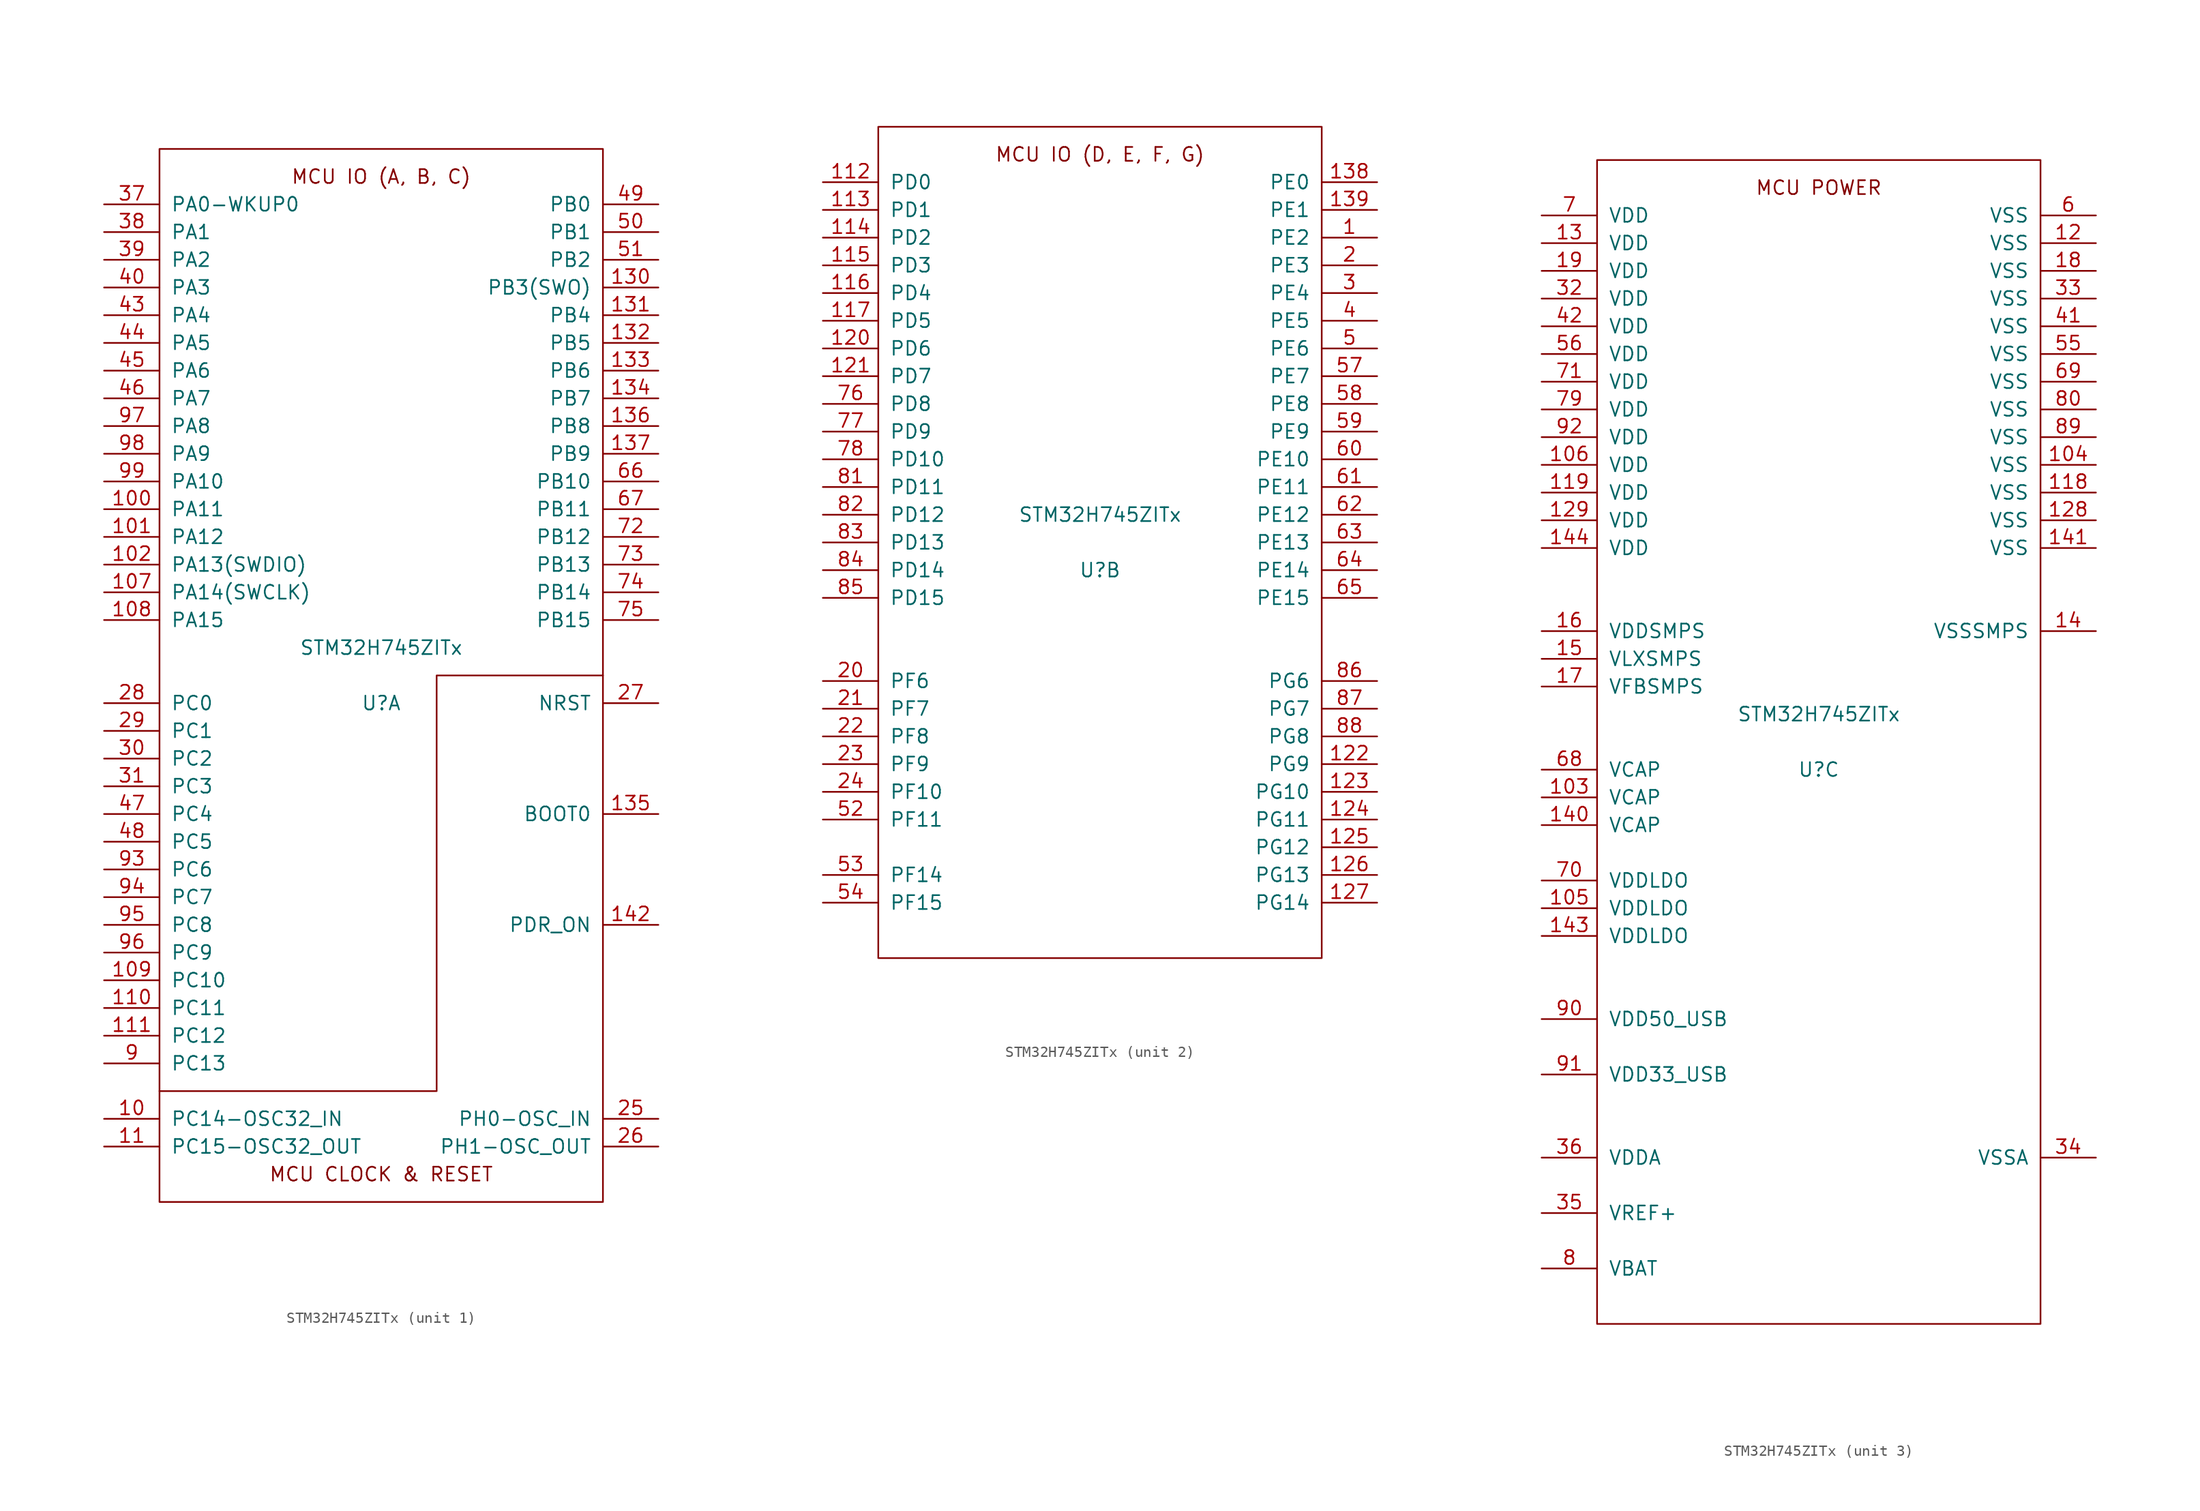
<source format=kicad_sym>
(kicad_symbol_lib
  (version 20220914)
  (generator kicad_symbol_editor)
  (symbol "STM32H745ZITx"
    (pin_names
      (offset 1.016))
    (property "Reference" "U"
      (at 0 -2.54 0)
      (effects (font (size 1.27 1.27))))
    (property "Value" "STM32H745ZITx"
      (at 0 2.54 0)
      (effects (font (size 1.27 1.27))))
    (property "ki_locked" ""
      (at 0 0 0)
      (effects (font (size 1.27 1.27))))
    (symbol "STM32H745ZITx_1_0"
      (polyline (pts (xy -20.32 -38.1) (xy 5.08 -38.1) (xy 5.08 -15.24) (xy 5.08 0) (xy 20.32 0)) (stroke (width 0) (type solid)) (fill (type none)))
      (text "MCU CLOCK & RESET" (at 0 -45.72 0) (effects (font (size 1.27 1.27))))
      (text "MCU IO (A, B, C)" (at 0 45.72 0) (effects (font (size 1.27 1.27)))))
    (symbol "STM32H745ZITx_1_1"
      (rectangle (start -20.32 48.26) (end 20.32 -48.26) (stroke (width 0) (type solid)) (fill (type none)))
      (pin bidirectional line (at -25.4 -40.64 0) (length 5.08) (name "PC14-OSC32_IN" (effects (font (size 1.27 1.27)))) (number "10" (effects (font (size 1.27 1.27)))))
      (pin bidirectional line (at -25.4 15.24 0) (length 5.08) (name "PA11" (effects (font (size 1.27 1.27)))) (number "100" (effects (font (size 1.27 1.27)))))
      (pin bidirectional line (at -25.4 12.7 0) (length 5.08) (name "PA12" (effects (font (size 1.27 1.27)))) (number "101" (effects (font (size 1.27 1.27)))))
      (pin bidirectional line (at -25.4 10.16 0) (length 5.08) (name "PA13(SWDIO)" (effects (font (size 1.27 1.27)))) (number "102" (effects (font (size 1.27 1.27)))))
      (pin bidirectional line (at -25.4 7.62 0) (length 5.08) (name "PA14(SWCLK)" (effects (font (size 1.27 1.27)))) (number "107" (effects (font (size 1.27 1.27)))))
      (pin bidirectional line (at -25.4 5.08 0) (length 5.08) (name "PA15" (effects (font (size 1.27 1.27)))) (number "108" (effects (font (size 1.27 1.27)))))
      (pin bidirectional line (at -25.4 -27.94 0) (length 5.08) (name "PC10" (effects (font (size 1.27 1.27)))) (number "109" (effects (font (size 1.27 1.27)))))
      (pin bidirectional line (at -25.4 -43.18 0) (length 5.08) (name "PC15-OSC32_OUT" (effects (font (size 1.27 1.27)))) (number "11" (effects (font (size 1.27 1.27)))))
      (pin bidirectional line (at -25.4 -30.48 0) (length 5.08) (name "PC11" (effects (font (size 1.27 1.27)))) (number "110" (effects (font (size 1.27 1.27)))))
      (pin bidirectional line (at -25.4 -33.02 0) (length 5.08) (name "PC12" (effects (font (size 1.27 1.27)))) (number "111" (effects (font (size 1.27 1.27)))))
      (pin bidirectional line (at 25.4 35.56 180) (length 5.08) (name "PB3(SWO)" (effects (font (size 1.27 1.27)))) (number "130" (effects (font (size 1.27 1.27)))))
      (pin bidirectional line (at 25.4 33.02 180) (length 5.08) (name "PB4" (effects (font (size 1.27 1.27)))) (number "131" (effects (font (size 1.27 1.27)))))
      (pin bidirectional line (at 25.4 30.48 180) (length 5.08) (name "PB5" (effects (font (size 1.27 1.27)))) (number "132" (effects (font (size 1.27 1.27)))))
      (pin bidirectional line (at 25.4 27.94 180) (length 5.08) (name "PB6" (effects (font (size 1.27 1.27)))) (number "133" (effects (font (size 1.27 1.27)))))
      (pin bidirectional line (at 25.4 25.4 180) (length 5.08) (name "PB7" (effects (font (size 1.27 1.27)))) (number "134" (effects (font (size 1.27 1.27)))))
      (pin input line (at 25.4 -12.7 180) (length 5.08) (name "BOOT0" (effects (font (size 1.27 1.27)))) (number "135" (effects (font (size 1.27 1.27)))))
      (pin bidirectional line (at 25.4 22.86 180) (length 5.08) (name "PB8" (effects (font (size 1.27 1.27)))) (number "136" (effects (font (size 1.27 1.27)))))
      (pin bidirectional line (at 25.4 20.32 180) (length 5.08) (name "PB9" (effects (font (size 1.27 1.27)))) (number "137" (effects (font (size 1.27 1.27)))))
      (pin input line (at 25.4 -22.86 180) (length 5.08) (name "PDR_ON" (effects (font (size 1.27 1.27)))) (number "142" (effects (font (size 1.27 1.27)))))
      (pin bidirectional line (at 25.4 -40.64 180) (length 5.08) (name "PH0-OSC_IN" (effects (font (size 1.27 1.27)))) (number "25" (effects (font (size 1.27 1.27)))))
      (pin bidirectional line (at 25.4 -43.18 180) (length 5.08) (name "PH1-OSC_OUT" (effects (font (size 1.27 1.27)))) (number "26" (effects (font (size 1.27 1.27)))))
      (pin input line (at 25.4 -2.54 180) (length 5.08) (name "NRST" (effects (font (size 1.27 1.27)))) (number "27" (effects (font (size 1.27 1.27)))))
      (pin bidirectional line (at -25.4 -2.54 0) (length 5.08) (name "PC0" (effects (font (size 1.27 1.27)))) (number "28" (effects (font (size 1.27 1.27)))))
      (pin bidirectional line (at -25.4 -5.08 0) (length 5.08) (name "PC1" (effects (font (size 1.27 1.27)))) (number "29" (effects (font (size 1.27 1.27)))))
      (pin bidirectional line (at -25.4 -7.62 0) (length 5.08) (name "PC2" (effects (font (size 1.27 1.27)))) (number "30" (effects (font (size 1.27 1.27)))))
      (pin bidirectional line (at -25.4 -10.16 0) (length 5.08) (name "PC3" (effects (font (size 1.27 1.27)))) (number "31" (effects (font (size 1.27 1.27)))))
      (pin bidirectional line (at -25.4 43.18 0) (length 5.08) (name "PA0-WKUP0" (effects (font (size 1.27 1.27)))) (number "37" (effects (font (size 1.27 1.27)))))
      (pin bidirectional line (at -25.4 40.64 0) (length 5.08) (name "PA1" (effects (font (size 1.27 1.27)))) (number "38" (effects (font (size 1.27 1.27)))))
      (pin bidirectional line (at -25.4 38.1 0) (length 5.08) (name "PA2" (effects (font (size 1.27 1.27)))) (number "39" (effects (font (size 1.27 1.27)))))
      (pin bidirectional line (at -25.4 35.56 0) (length 5.08) (name "PA3" (effects (font (size 1.27 1.27)))) (number "40" (effects (font (size 1.27 1.27)))))
      (pin bidirectional line (at -25.4 33.02 0) (length 5.08) (name "PA4" (effects (font (size 1.27 1.27)))) (number "43" (effects (font (size 1.27 1.27)))))
      (pin bidirectional line (at -25.4 30.48 0) (length 5.08) (name "PA5" (effects (font (size 1.27 1.27)))) (number "44" (effects (font (size 1.27 1.27)))))
      (pin bidirectional line (at -25.4 27.94 0) (length 5.08) (name "PA6" (effects (font (size 1.27 1.27)))) (number "45" (effects (font (size 1.27 1.27)))))
      (pin bidirectional line (at -25.4 25.4 0) (length 5.08) (name "PA7" (effects (font (size 1.27 1.27)))) (number "46" (effects (font (size 1.27 1.27)))))
      (pin bidirectional line (at -25.4 -12.7 0) (length 5.08) (name "PC4" (effects (font (size 1.27 1.27)))) (number "47" (effects (font (size 1.27 1.27)))))
      (pin bidirectional line (at -25.4 -15.24 0) (length 5.08) (name "PC5" (effects (font (size 1.27 1.27)))) (number "48" (effects (font (size 1.27 1.27)))))
      (pin bidirectional line (at 25.4 43.18 180) (length 5.08) (name "PB0" (effects (font (size 1.27 1.27)))) (number "49" (effects (font (size 1.27 1.27)))))
      (pin bidirectional line (at 25.4 40.64 180) (length 5.08) (name "PB1" (effects (font (size 1.27 1.27)))) (number "50" (effects (font (size 1.27 1.27)))))
      (pin bidirectional line (at 25.4 38.1 180) (length 5.08) (name "PB2" (effects (font (size 1.27 1.27)))) (number "51" (effects (font (size 1.27 1.27)))))
      (pin bidirectional line (at 25.4 17.78 180) (length 5.08) (name "PB10" (effects (font (size 1.27 1.27)))) (number "66" (effects (font (size 1.27 1.27)))))
      (pin bidirectional line (at 25.4 15.24 180) (length 5.08) (name "PB11" (effects (font (size 1.27 1.27)))) (number "67" (effects (font (size 1.27 1.27)))))
      (pin bidirectional line (at 25.4 12.7 180) (length 5.08) (name "PB12" (effects (font (size 1.27 1.27)))) (number "72" (effects (font (size 1.27 1.27)))))
      (pin bidirectional line (at 25.4 10.16 180) (length 5.08) (name "PB13" (effects (font (size 1.27 1.27)))) (number "73" (effects (font (size 1.27 1.27)))))
      (pin bidirectional line (at 25.4 7.62 180) (length 5.08) (name "PB14" (effects (font (size 1.27 1.27)))) (number "74" (effects (font (size 1.27 1.27)))))
      (pin bidirectional line (at 25.4 5.08 180) (length 5.08) (name "PB15" (effects (font (size 1.27 1.27)))) (number "75" (effects (font (size 1.27 1.27)))))
      (pin bidirectional line (at -25.4 -35.56 0) (length 5.08) (name "PC13" (effects (font (size 1.27 1.27)))) (number "9" (effects (font (size 1.27 1.27)))))
      (pin bidirectional line (at -25.4 -17.78 0) (length 5.08) (name "PC6" (effects (font (size 1.27 1.27)))) (number "93" (effects (font (size 1.27 1.27)))))
      (pin bidirectional line (at -25.4 -20.32 0) (length 5.08) (name "PC7" (effects (font (size 1.27 1.27)))) (number "94" (effects (font (size 1.27 1.27)))))
      (pin bidirectional line (at -25.4 -22.86 0) (length 5.08) (name "PC8" (effects (font (size 1.27 1.27)))) (number "95" (effects (font (size 1.27 1.27)))))
      (pin bidirectional line (at -25.4 -25.4 0) (length 5.08) (name "PC9" (effects (font (size 1.27 1.27)))) (number "96" (effects (font (size 1.27 1.27)))))
      (pin bidirectional line (at -25.4 22.86 0) (length 5.08) (name "PA8" (effects (font (size 1.27 1.27)))) (number "97" (effects (font (size 1.27 1.27)))))
      (pin bidirectional line (at -25.4 20.32 0) (length 5.08) (name "PA9" (effects (font (size 1.27 1.27)))) (number "98" (effects (font (size 1.27 1.27)))))
      (pin bidirectional line (at -25.4 17.78 0) (length 5.08) (name "PA10" (effects (font (size 1.27 1.27)))) (number "99" (effects (font (size 1.27 1.27))))))
    (symbol "STM32H745ZITx_2_0"
      (text "MCU IO (D, E, F, G)" (at 0 35.56 0) (effects (font (size 1.27 1.27)))))
    (symbol "STM32H745ZITx_2_1"
      (rectangle (start -20.32 38.1) (end 20.32 -38.1) (stroke (width 0) (type solid)) (fill (type none)))
      (pin bidirectional line (at 25.4 27.94 180) (length 5.08) (name "PE2" (effects (font (size 1.27 1.27)))) (number "1" (effects (font (size 1.27 1.27)))))
      (pin bidirectional line (at -25.4 33.02 0) (length 5.08) (name "PD0" (effects (font (size 1.27 1.27)))) (number "112" (effects (font (size 1.27 1.27)))))
      (pin bidirectional line (at -25.4 30.48 0) (length 5.08) (name "PD1" (effects (font (size 1.27 1.27)))) (number "113" (effects (font (size 1.27 1.27)))))
      (pin bidirectional line (at -25.4 27.94 0) (length 5.08) (name "PD2" (effects (font (size 1.27 1.27)))) (number "114" (effects (font (size 1.27 1.27)))))
      (pin bidirectional line (at -25.4 25.4 0) (length 5.08) (name "PD3" (effects (font (size 1.27 1.27)))) (number "115" (effects (font (size 1.27 1.27)))))
      (pin bidirectional line (at -25.4 22.86 0) (length 5.08) (name "PD4" (effects (font (size 1.27 1.27)))) (number "116" (effects (font (size 1.27 1.27)))))
      (pin bidirectional line (at -25.4 20.32 0) (length 5.08) (name "PD5" (effects (font (size 1.27 1.27)))) (number "117" (effects (font (size 1.27 1.27)))))
      (pin bidirectional line (at -25.4 17.78 0) (length 5.08) (name "PD6" (effects (font (size 1.27 1.27)))) (number "120" (effects (font (size 1.27 1.27)))))
      (pin bidirectional line (at -25.4 15.24 0) (length 5.08) (name "PD7" (effects (font (size 1.27 1.27)))) (number "121" (effects (font (size 1.27 1.27)))))
      (pin bidirectional line (at 25.4 -20.32 180) (length 5.08) (name "PG9" (effects (font (size 1.27 1.27)))) (number "122" (effects (font (size 1.27 1.27)))))
      (pin bidirectional line (at 25.4 -22.86 180) (length 5.08) (name "PG10" (effects (font (size 1.27 1.27)))) (number "123" (effects (font (size 1.27 1.27)))))
      (pin bidirectional line (at 25.4 -25.4 180) (length 5.08) (name "PG11" (effects (font (size 1.27 1.27)))) (number "124" (effects (font (size 1.27 1.27)))))
      (pin bidirectional line (at 25.4 -27.94 180) (length 5.08) (name "PG12" (effects (font (size 1.27 1.27)))) (number "125" (effects (font (size 1.27 1.27)))))
      (pin bidirectional line (at 25.4 -30.48 180) (length 5.08) (name "PG13" (effects (font (size 1.27 1.27)))) (number "126" (effects (font (size 1.27 1.27)))))
      (pin bidirectional line (at 25.4 -33.02 180) (length 5.08) (name "PG14" (effects (font (size 1.27 1.27)))) (number "127" (effects (font (size 1.27 1.27)))))
      (pin bidirectional line (at 25.4 33.02 180) (length 5.08) (name "PE0" (effects (font (size 1.27 1.27)))) (number "138" (effects (font (size 1.27 1.27)))))
      (pin bidirectional line (at 25.4 30.48 180) (length 5.08) (name "PE1" (effects (font (size 1.27 1.27)))) (number "139" (effects (font (size 1.27 1.27)))))
      (pin bidirectional line (at 25.4 25.4 180) (length 5.08) (name "PE3" (effects (font (size 1.27 1.27)))) (number "2" (effects (font (size 1.27 1.27)))))
      (pin bidirectional line (at -25.4 -12.7 0) (length 5.08) (name "PF6" (effects (font (size 1.27 1.27)))) (number "20" (effects (font (size 1.27 1.27)))))
      (pin bidirectional line (at -25.4 -15.24 0) (length 5.08) (name "PF7" (effects (font (size 1.27 1.27)))) (number "21" (effects (font (size 1.27 1.27)))))
      (pin bidirectional line (at -25.4 -17.78 0) (length 5.08) (name "PF8" (effects (font (size 1.27 1.27)))) (number "22" (effects (font (size 1.27 1.27)))))
      (pin bidirectional line (at -25.4 -20.32 0) (length 5.08) (name "PF9" (effects (font (size 1.27 1.27)))) (number "23" (effects (font (size 1.27 1.27)))))
      (pin bidirectional line (at -25.4 -22.86 0) (length 5.08) (name "PF10" (effects (font (size 1.27 1.27)))) (number "24" (effects (font (size 1.27 1.27)))))
      (pin bidirectional line (at 25.4 22.86 180) (length 5.08) (name "PE4" (effects (font (size 1.27 1.27)))) (number "3" (effects (font (size 1.27 1.27)))))
      (pin bidirectional line (at 25.4 20.32 180) (length 5.08) (name "PE5" (effects (font (size 1.27 1.27)))) (number "4" (effects (font (size 1.27 1.27)))))
      (pin bidirectional line (at 25.4 17.78 180) (length 5.08) (name "PE6" (effects (font (size 1.27 1.27)))) (number "5" (effects (font (size 1.27 1.27)))))
      (pin bidirectional line (at -25.4 -25.4 0) (length 5.08) (name "PF11" (effects (font (size 1.27 1.27)))) (number "52" (effects (font (size 1.27 1.27)))))
      (pin bidirectional line (at -25.4 -30.48 0) (length 5.08) (name "PF14" (effects (font (size 1.27 1.27)))) (number "53" (effects (font (size 1.27 1.27)))))
      (pin bidirectional line (at -25.4 -33.02 0) (length 5.08) (name "PF15" (effects (font (size 1.27 1.27)))) (number "54" (effects (font (size 1.27 1.27)))))
      (pin bidirectional line (at 25.4 15.24 180) (length 5.08) (name "PE7" (effects (font (size 1.27 1.27)))) (number "57" (effects (font (size 1.27 1.27)))))
      (pin bidirectional line (at 25.4 12.7 180) (length 5.08) (name "PE8" (effects (font (size 1.27 1.27)))) (number "58" (effects (font (size 1.27 1.27)))))
      (pin bidirectional line (at 25.4 10.16 180) (length 5.08) (name "PE9" (effects (font (size 1.27 1.27)))) (number "59" (effects (font (size 1.27 1.27)))))
      (pin bidirectional line (at 25.4 7.62 180) (length 5.08) (name "PE10" (effects (font (size 1.27 1.27)))) (number "60" (effects (font (size 1.27 1.27)))))
      (pin bidirectional line (at 25.4 5.08 180) (length 5.08) (name "PE11" (effects (font (size 1.27 1.27)))) (number "61" (effects (font (size 1.27 1.27)))))
      (pin bidirectional line (at 25.4 2.54 180) (length 5.08) (name "PE12" (effects (font (size 1.27 1.27)))) (number "62" (effects (font (size 1.27 1.27)))))
      (pin bidirectional line (at 25.4 0 180) (length 5.08) (name "PE13" (effects (font (size 1.27 1.27)))) (number "63" (effects (font (size 1.27 1.27)))))
      (pin bidirectional line (at 25.4 -2.54 180) (length 5.08) (name "PE14" (effects (font (size 1.27 1.27)))) (number "64" (effects (font (size 1.27 1.27)))))
      (pin bidirectional line (at 25.4 -5.08 180) (length 5.08) (name "PE15" (effects (font (size 1.27 1.27)))) (number "65" (effects (font (size 1.27 1.27)))))
      (pin bidirectional line (at -25.4 12.7 0) (length 5.08) (name "PD8" (effects (font (size 1.27 1.27)))) (number "76" (effects (font (size 1.27 1.27)))))
      (pin bidirectional line (at -25.4 10.16 0) (length 5.08) (name "PD9" (effects (font (size 1.27 1.27)))) (number "77" (effects (font (size 1.27 1.27)))))
      (pin bidirectional line (at -25.4 7.62 0) (length 5.08) (name "PD10" (effects (font (size 1.27 1.27)))) (number "78" (effects (font (size 1.27 1.27)))))
      (pin bidirectional line (at -25.4 5.08 0) (length 5.08) (name "PD11" (effects (font (size 1.27 1.27)))) (number "81" (effects (font (size 1.27 1.27)))))
      (pin bidirectional line (at -25.4 2.54 0) (length 5.08) (name "PD12" (effects (font (size 1.27 1.27)))) (number "82" (effects (font (size 1.27 1.27)))))
      (pin bidirectional line (at -25.4 0 0) (length 5.08) (name "PD13" (effects (font (size 1.27 1.27)))) (number "83" (effects (font (size 1.27 1.27)))))
      (pin bidirectional line (at -25.4 -2.54 0) (length 5.08) (name "PD14" (effects (font (size 1.27 1.27)))) (number "84" (effects (font (size 1.27 1.27)))))
      (pin bidirectional line (at -25.4 -5.08 0) (length 5.08) (name "PD15" (effects (font (size 1.27 1.27)))) (number "85" (effects (font (size 1.27 1.27)))))
      (pin bidirectional line (at 25.4 -12.7 180) (length 5.08) (name "PG6" (effects (font (size 1.27 1.27)))) (number "86" (effects (font (size 1.27 1.27)))))
      (pin bidirectional line (at 25.4 -15.24 180) (length 5.08) (name "PG7" (effects (font (size 1.27 1.27)))) (number "87" (effects (font (size 1.27 1.27)))))
      (pin bidirectional line (at 25.4 -17.78 180) (length 5.08) (name "PG8" (effects (font (size 1.27 1.27)))) (number "88" (effects (font (size 1.27 1.27))))))
    (symbol "STM32H745ZITx_3_0"
      (text "MCU POWER" (at 0 50.8 0) (effects (font (size 1.27 1.27)))))
    (symbol "STM32H745ZITx_3_1"
      (rectangle (start -20.32 53.34) (end 20.32 -53.34) (stroke (width 0) (type solid)) (fill (type none)))
      (pin power_in line (at -25.4 -5.08 0) (length 5.08) (name "VCAP" (effects (font (size 1.27 1.27)))) (number "103" (effects (font (size 1.27 1.27)))))
      (pin power_in line (at 25.4 25.4 180) (length 5.08) (name "VSS" (effects (font (size 1.27 1.27)))) (number "104" (effects (font (size 1.27 1.27)))))
      (pin power_in line (at -25.4 -15.24 0) (length 5.08) (name "VDDLDO" (effects (font (size 1.27 1.27)))) (number "105" (effects (font (size 1.27 1.27)))))
      (pin power_in line (at -25.4 25.4 0) (length 5.08) (name "VDD" (effects (font (size 1.27 1.27)))) (number "106" (effects (font (size 1.27 1.27)))))
      (pin power_in line (at 25.4 22.86 180) (length 5.08) (name "VSS" (effects (font (size 1.27 1.27)))) (number "118" (effects (font (size 1.27 1.27)))))
      (pin power_in line (at -25.4 22.86 0) (length 5.08) (name "VDD" (effects (font (size 1.27 1.27)))) (number "119" (effects (font (size 1.27 1.27)))))
      (pin power_in line (at 25.4 45.72 180) (length 5.08) (name "VSS" (effects (font (size 1.27 1.27)))) (number "12" (effects (font (size 1.27 1.27)))))
      (pin power_in line (at 25.4 20.32 180) (length 5.08) (name "VSS" (effects (font (size 1.27 1.27)))) (number "128" (effects (font (size 1.27 1.27)))))
      (pin power_in line (at -25.4 20.32 0) (length 5.08) (name "VDD" (effects (font (size 1.27 1.27)))) (number "129" (effects (font (size 1.27 1.27)))))
      (pin power_in line (at -25.4 45.72 0) (length 5.08) (name "VDD" (effects (font (size 1.27 1.27)))) (number "13" (effects (font (size 1.27 1.27)))))
      (pin power_in line (at 25.4 10.16 180) (length 5.08) (name "VSSSMPS" (effects (font (size 1.27 1.27)))) (number "14" (effects (font (size 1.27 1.27)))))
      (pin power_in line (at -25.4 -7.62 0) (length 5.08) (name "VCAP" (effects (font (size 1.27 1.27)))) (number "140" (effects (font (size 1.27 1.27)))))
      (pin power_in line (at 25.4 17.78 180) (length 5.08) (name "VSS" (effects (font (size 1.27 1.27)))) (number "141" (effects (font (size 1.27 1.27)))))
      (pin power_in line (at -25.4 -17.78 0) (length 5.08) (name "VDDLDO" (effects (font (size 1.27 1.27)))) (number "143" (effects (font (size 1.27 1.27)))))
      (pin power_in line (at -25.4 17.78 0) (length 5.08) (name "VDD" (effects (font (size 1.27 1.27)))) (number "144" (effects (font (size 1.27 1.27)))))
      (pin power_in line (at -25.4 7.62 0) (length 5.08) (name "VLXSMPS" (effects (font (size 1.27 1.27)))) (number "15" (effects (font (size 1.27 1.27)))))
      (pin power_in line (at -25.4 10.16 0) (length 5.08) (name "VDDSMPS" (effects (font (size 1.27 1.27)))) (number "16" (effects (font (size 1.27 1.27)))))
      (pin power_in line (at -25.4 5.08 0) (length 5.08) (name "VFBSMPS" (effects (font (size 1.27 1.27)))) (number "17" (effects (font (size 1.27 1.27)))))
      (pin power_in line (at 25.4 43.18 180) (length 5.08) (name "VSS" (effects (font (size 1.27 1.27)))) (number "18" (effects (font (size 1.27 1.27)))))
      (pin power_in line (at -25.4 43.18 0) (length 5.08) (name "VDD" (effects (font (size 1.27 1.27)))) (number "19" (effects (font (size 1.27 1.27)))))
      (pin power_in line (at -25.4 40.64 0) (length 5.08) (name "VDD" (effects (font (size 1.27 1.27)))) (number "32" (effects (font (size 1.27 1.27)))))
      (pin power_in line (at 25.4 40.64 180) (length 5.08) (name "VSS" (effects (font (size 1.27 1.27)))) (number "33" (effects (font (size 1.27 1.27)))))
      (pin power_in line (at 25.4 -38.1 180) (length 5.08) (name "VSSA" (effects (font (size 1.27 1.27)))) (number "34" (effects (font (size 1.27 1.27)))))
      (pin power_in line (at -25.4 -43.18 0) (length 5.08) (name "VREF+" (effects (font (size 1.27 1.27)))) (number "35" (effects (font (size 1.27 1.27)))))
      (pin power_in line (at -25.4 -38.1 0) (length 5.08) (name "VDDA" (effects (font (size 1.27 1.27)))) (number "36" (effects (font (size 1.27 1.27)))))
      (pin power_in line (at 25.4 38.1 180) (length 5.08) (name "VSS" (effects (font (size 1.27 1.27)))) (number "41" (effects (font (size 1.27 1.27)))))
      (pin power_in line (at -25.4 38.1 0) (length 5.08) (name "VDD" (effects (font (size 1.27 1.27)))) (number "42" (effects (font (size 1.27 1.27)))))
      (pin power_in line (at 25.4 35.56 180) (length 5.08) (name "VSS" (effects (font (size 1.27 1.27)))) (number "55" (effects (font (size 1.27 1.27)))))
      (pin power_in line (at -25.4 35.56 0) (length 5.08) (name "VDD" (effects (font (size 1.27 1.27)))) (number "56" (effects (font (size 1.27 1.27)))))
      (pin power_in line (at 25.4 48.26 180) (length 5.08) (name "VSS" (effects (font (size 1.27 1.27)))) (number "6" (effects (font (size 1.27 1.27)))))
      (pin power_in line (at -25.4 -2.54 0) (length 5.08) (name "VCAP" (effects (font (size 1.27 1.27)))) (number "68" (effects (font (size 1.27 1.27)))))
      (pin power_in line (at 25.4 33.02 180) (length 5.08) (name "VSS" (effects (font (size 1.27 1.27)))) (number "69" (effects (font (size 1.27 1.27)))))
      (pin power_in line (at -25.4 48.26 0) (length 5.08) (name "VDD" (effects (font (size 1.27 1.27)))) (number "7" (effects (font (size 1.27 1.27)))))
      (pin power_in line (at -25.4 -12.7 0) (length 5.08) (name "VDDLDO" (effects (font (size 1.27 1.27)))) (number "70" (effects (font (size 1.27 1.27)))))
      (pin power_in line (at -25.4 33.02 0) (length 5.08) (name "VDD" (effects (font (size 1.27 1.27)))) (number "71" (effects (font (size 1.27 1.27)))))
      (pin power_in line (at -25.4 30.48 0) (length 5.08) (name "VDD" (effects (font (size 1.27 1.27)))) (number "79" (effects (font (size 1.27 1.27)))))
      (pin power_in line (at -25.4 -48.26 0) (length 5.08) (name "VBAT" (effects (font (size 1.27 1.27)))) (number "8" (effects (font (size 1.27 1.27)))))
      (pin power_in line (at 25.4 30.48 180) (length 5.08) (name "VSS" (effects (font (size 1.27 1.27)))) (number "80" (effects (font (size 1.27 1.27)))))
      (pin power_in line (at 25.4 27.94 180) (length 5.08) (name "VSS" (effects (font (size 1.27 1.27)))) (number "89" (effects (font (size 1.27 1.27)))))
      (pin power_in line (at -25.4 -25.4 0) (length 5.08) (name "VDD50_USB" (effects (font (size 1.27 1.27)))) (number "90" (effects (font (size 1.27 1.27)))))
      (pin power_in line (at -25.4 -30.48 0) (length 5.08) (name "VDD33_USB" (effects (font (size 1.27 1.27)))) (number "91" (effects (font (size 1.27 1.27)))))
      (pin power_in line (at -25.4 27.94 0) (length 5.08) (name "VDD" (effects (font (size 1.27 1.27)))) (number "92" (effects (font (size 1.27 1.27))))))))
</source>
